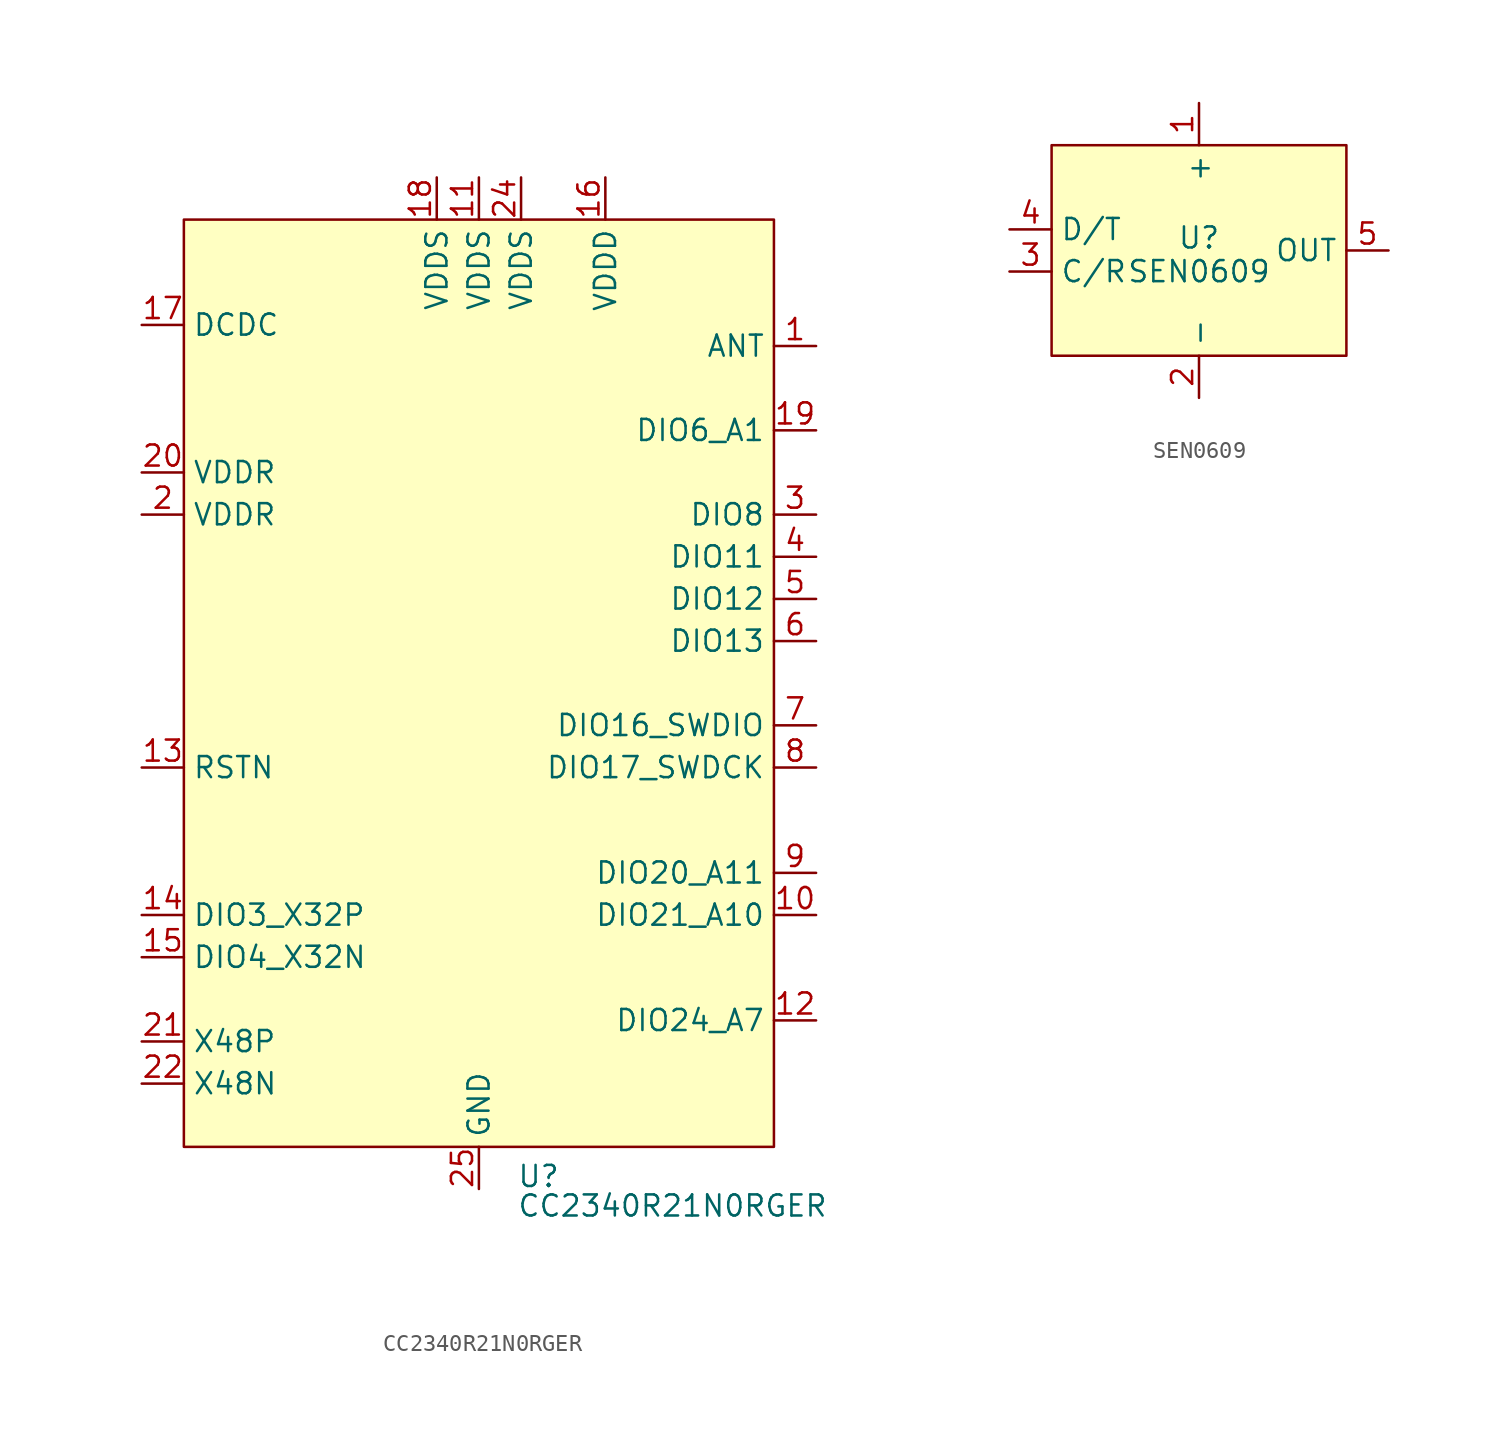
<source format=kicad_sym>
(kicad_symbol_lib
  (version 20241209)
  (generator "kicad_symbol_editor")
  (generator_version "9.0")
  (symbol "CC2340R21N0RGER"
    (property "Reference" "U"
      (at 2.286 -29.718 0)
      (effects (font (size 1.27 1.27)) (justify left)))
    (property "Value" "CC2340R21N0RGER"
      (at 2.286 -31.496 0)
      (effects (font (size 1.27 1.27)) (justify left)))
    (symbol "CC2340R21N0RGER_0_0"
      (pin power_in line (at -20.32 21.59 0) (length 2.54) (name "DCDC" (effects (font (size 1.27 1.27)))) (number "17" (effects (font (size 1.27 1.27)))))
      (pin power_in line (at -20.32 12.7 0) (length 2.54) (name "VDDR" (effects (font (size 1.27 1.27)))) (number "20" (effects (font (size 1.27 1.27)))))
      (pin power_in line (at -20.32 10.16 0) (length 2.54) (name "VDDR" (effects (font (size 1.27 1.27)))) (number "2" (effects (font (size 1.27 1.27)))))
      (pin bidirectional line (at -20.32 -13.97 0) (length 2.54) (name "DIO3_X32P" (effects (font (size 1.27 1.27)))) (number "14" (effects (font (size 1.27 1.27)))))
      (pin bidirectional line (at -20.32 -16.51 0) (length 2.54) (name "DIO4_X32N" (effects (font (size 1.27 1.27)))) (number "15" (effects (font (size 1.27 1.27)))))
      (pin bidirectional line (at -20.32 -21.59 0) (length 2.54) (name "X48P" (effects (font (size 1.27 1.27)))) (number "21" (effects (font (size 1.27 1.27)))))
      (pin bidirectional line (at -20.32 -24.13 0) (length 2.54) (name "X48N" (effects (font (size 1.27 1.27)))) (number "22" (effects (font (size 1.27 1.27)))))
      (pin power_in line (at -2.54 30.48 270) (length 2.54) (name "VDDS" (effects (font (size 1.27 1.27)))) (number "18" (effects (font (size 1.27 1.27)))))
      (pin power_in line (at 0 30.48 270) (length 2.54) (name "VDDS" (effects (font (size 1.27 1.27)))) (number "11" (effects (font (size 1.27 1.27)))))
      (pin power_in line (at 0 -30.48 90) (length 2.54) (hide yes) (name "GND" (effects (font (size 1.27 1.27)))) (number "23" (effects (font (size 1.27 1.27)))))
      (pin power_in line (at 2.54 30.48 270) (length 2.54) (name "VDDS" (effects (font (size 1.27 1.27)))) (number "24" (effects (font (size 1.27 1.27)))))
      (pin power_in line (at 7.62 30.48 270) (length 2.54) (name "VDDD" (effects (font (size 1.27 1.27)))) (number "16" (effects (font (size 1.27 1.27)))))
      (pin bidirectional line (at 20.32 20.32 180) (length 2.54) (name "ANT" (effects (font (size 1.27 1.27)))) (number "1" (effects (font (size 1.27 1.27)))))
      (pin bidirectional line (at 20.32 15.24 180) (length 2.54) (name "DIO6_A1" (effects (font (size 1.27 1.27)))) (number "19" (effects (font (size 1.27 1.27)))))
      (pin bidirectional line (at 20.32 10.16 180) (length 2.54) (name "DIO8" (effects (font (size 1.27 1.27)))) (number "3" (effects (font (size 1.27 1.27)))))
      (pin bidirectional line (at 20.32 7.62 180) (length 2.54) (name "DIO11" (effects (font (size 1.27 1.27)))) (number "4" (effects (font (size 1.27 1.27)))))
      (pin bidirectional line (at 20.32 -2.54 180) (length 2.54) (name "DIO16_SWDIO" (effects (font (size 1.27 1.27)))) (number "7" (effects (font (size 1.27 1.27)))))
      (pin bidirectional line (at 20.32 -5.08 180) (length 2.54) (name "DIO17_SWDCK" (effects (font (size 1.27 1.27)))) (number "8" (effects (font (size 1.27 1.27)))))
      (pin bidirectional line (at 20.32 -11.43 180) (length 2.54) (name "DIO20_A11" (effects (font (size 1.27 1.27)))) (number "9" (effects (font (size 1.27 1.27)))))
      (pin bidirectional line (at 20.32 -13.97 180) (length 2.54) (name "DIO21_A10" (effects (font (size 1.27 1.27)))) (number "10" (effects (font (size 1.27 1.27)))))
      (pin bidirectional line (at 20.32 -20.32 180) (length 2.54) (name "DIO24_A7" (effects (font (size 1.27 1.27)))) (number "12" (effects (font (size 1.27 1.27))))))
    (symbol "CC2340R21N0RGER_1_0"
      (pin input line (at -20.32 -5.08 0) (length 2.54) (name "RSTN" (effects (font (size 1.27 1.27)))) (number "13" (effects (font (size 1.27 1.27)))))
      (pin power_in line (at 0 -30.48 90) (length 2.54) (name "GND" (effects (font (size 1.27 1.27)))) (number "25" (effects (font (size 1.27 1.27)))))
      (pin bidirectional line (at 20.32 5.08 180) (length 2.54) (name "DIO12" (effects (font (size 1.27 1.27)))) (number "5" (effects (font (size 1.27 1.27)))) (alternate "UART_RX" bidirectional line))
      (pin bidirectional line (at 20.32 2.54 180) (length 2.54) (name "DIO13" (effects (font (size 1.27 1.27)))) (number "6" (effects (font (size 1.27 1.27)))) (alternate "UART_TX" bidirectional line)))
    (symbol "CC2340R21N0RGER_1_1"
      (rectangle (start -17.78 27.94) (end 17.78 -27.94) (stroke (width 0) (type solid)) (fill (type background)))))
  (symbol "SEN0609"
    (property "Reference" "U"
      (at 0 0.762 0)
      (effects (font (size 1.27 1.27))))
    (property "Value" "SEN0609"
      (at 0 -1.27 0)
      (effects (font (size 1.27 1.27))))
    (symbol "SEN0609_0_0"
      (pin output line (at -11.43 1.27 0) (length 2.54) (name "D/T" (effects (font (size 1.27 1.27)))) (number "4" (effects (font (size 1.27 1.27)))))
      (pin input line (at -11.43 -1.27 0) (length 2.54) (name "C/R" (effects (font (size 1.27 1.27)))) (number "3" (effects (font (size 1.27 1.27)))))
      (pin power_in line (at 0 8.89 270) (length 2.54) (name "+" (effects (font (size 1.27 1.27)))) (number "1" (effects (font (size 1.27 1.27)))))
      (pin power_in line (at 0 -8.89 90) (length 2.54) (name "-" (effects (font (size 1.27 1.27)))) (number "2" (effects (font (size 1.27 1.27)))))
      (pin output line (at 11.43 0 180) (length 2.54) (name "OUT" (effects (font (size 1.27 1.27)))) (number "5" (effects (font (size 1.27 1.27))))))
    (symbol "SEN0609_1_1"
      (rectangle (start -8.89 6.35) (end 8.89 -6.35) (stroke (width 0) (type solid)) (fill (type background))))))
</source>
